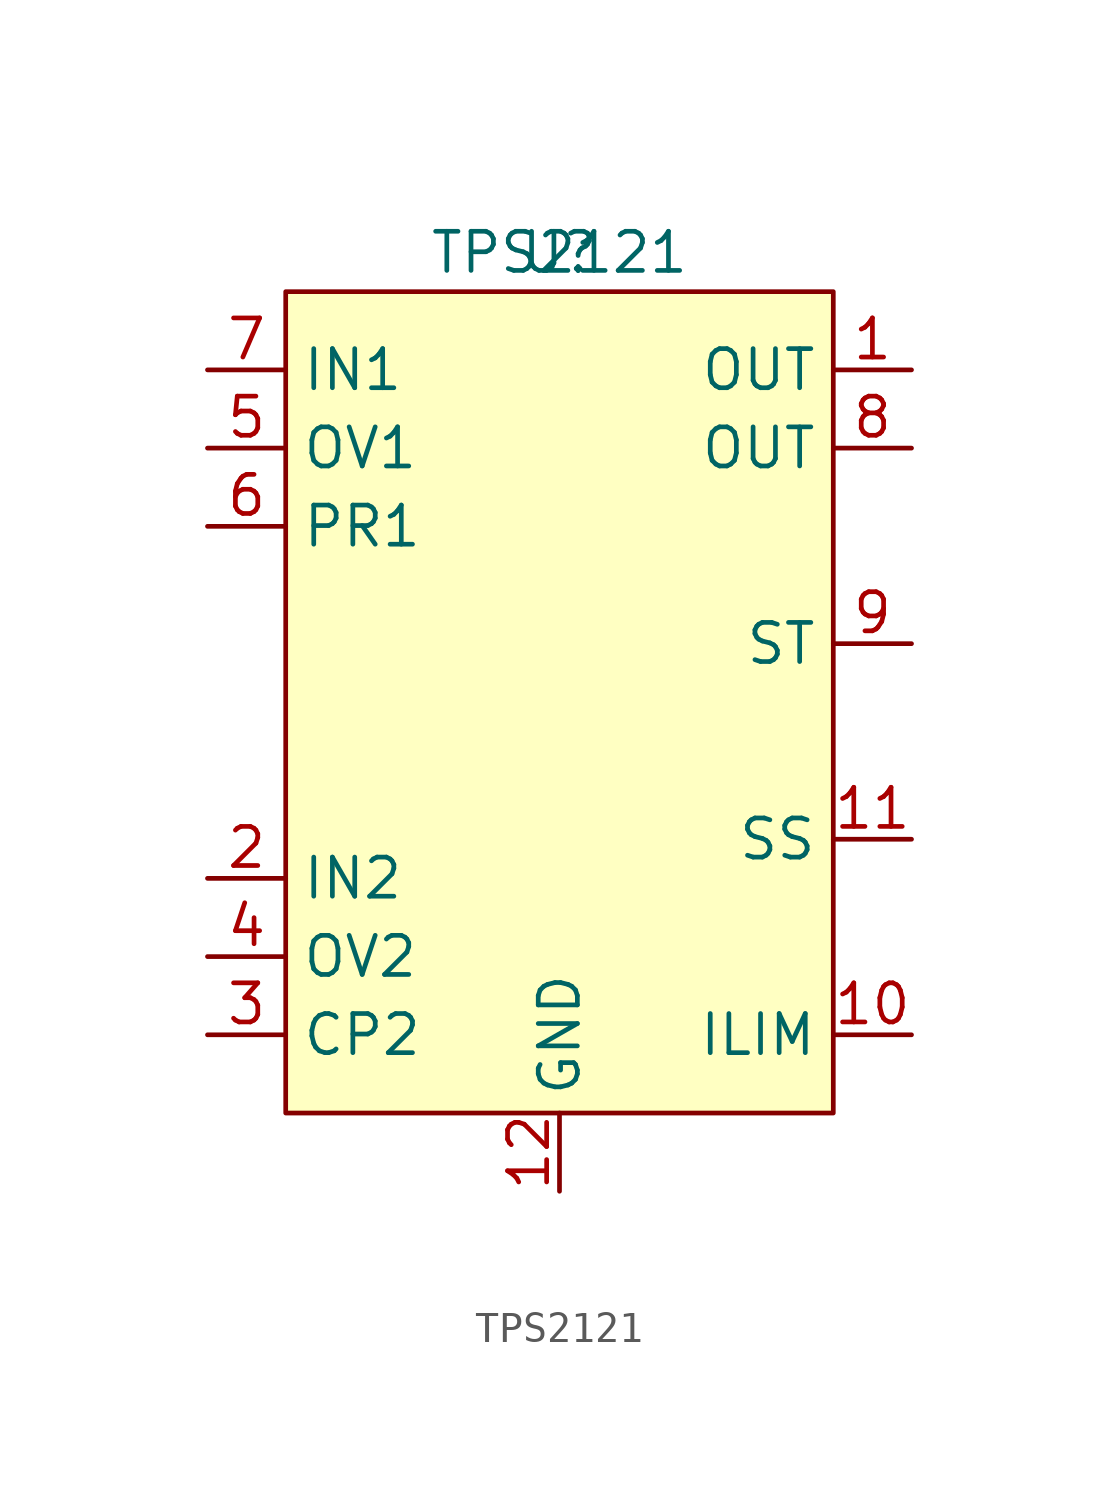
<source format=kicad_sym>
(kicad_symbol_lib
  (version 20241209)
  (generator "kicad_symbol_editor")
  (generator_version "9.0")
  (symbol "TPS2121"
    (property "Reference" "U"
      (at 0 0 0)
      (effects (font (size 1.27 1.27))))
    (property "Value" "TPS2121"
      (at 0 0 0)
      (effects (font (size 1.27 1.27))))
    (symbol "TPS2121_0_1"
      (rectangle (start -8.89 -1.27) (end 8.89 -27.94) (stroke (width 0) (type default)) (fill (type background))))
    (symbol "TPS2121_1_1"
      (pin input line (at -11.43 -3.81 0) (length 2.54) (name "IN1" (effects (font (size 1.27 1.27)))) (number "7" (effects (font (size 1.27 1.27)))))
      (pin input line (at -11.43 -6.35 0) (length 2.54) (name "OV1" (effects (font (size 1.27 1.27)))) (number "5" (effects (font (size 1.27 1.27)))))
      (pin input line (at -11.43 -8.89 0) (length 2.54) (name "PR1" (effects (font (size 1.27 1.27)))) (number "6" (effects (font (size 1.27 1.27)))))
      (pin input line (at -11.43 -20.32 0) (length 2.54) (name "IN2" (effects (font (size 1.27 1.27)))) (number "2" (effects (font (size 1.27 1.27)))))
      (pin input line (at -11.43 -22.86 0) (length 2.54) (name "OV2" (effects (font (size 1.27 1.27)))) (number "4" (effects (font (size 1.27 1.27)))))
      (pin input line (at -11.43 -25.4 0) (length 2.54) (name "CP2" (effects (font (size 1.27 1.27)))) (number "3" (effects (font (size 1.27 1.27)))))
      (pin input line (at 0 -30.48 90) (length 2.54) (name "GND" (effects (font (size 1.27 1.27)))) (number "12" (effects (font (size 1.27 1.27)))))
      (pin input line (at 11.43 -3.81 180) (length 2.54) (name "OUT" (effects (font (size 1.27 1.27)))) (number "1" (effects (font (size 1.27 1.27)))))
      (pin input line (at 11.43 -6.35 180) (length 2.54) (name "OUT" (effects (font (size 1.27 1.27)))) (number "8" (effects (font (size 1.27 1.27)))))
      (pin input line (at 11.43 -12.7 180) (length 2.54) (name "ST" (effects (font (size 1.27 1.27)))) (number "9" (effects (font (size 1.27 1.27)))))
      (pin input line (at 11.43 -19.05 180) (length 2.54) (name "SS" (effects (font (size 1.27 1.27)))) (number "11" (effects (font (size 1.27 1.27)))))
      (pin input line (at 11.43 -25.4 180) (length 2.54) (name "ILIM" (effects (font (size 1.27 1.27)))) (number "10" (effects (font (size 1.27 1.27))))))))
</source>
